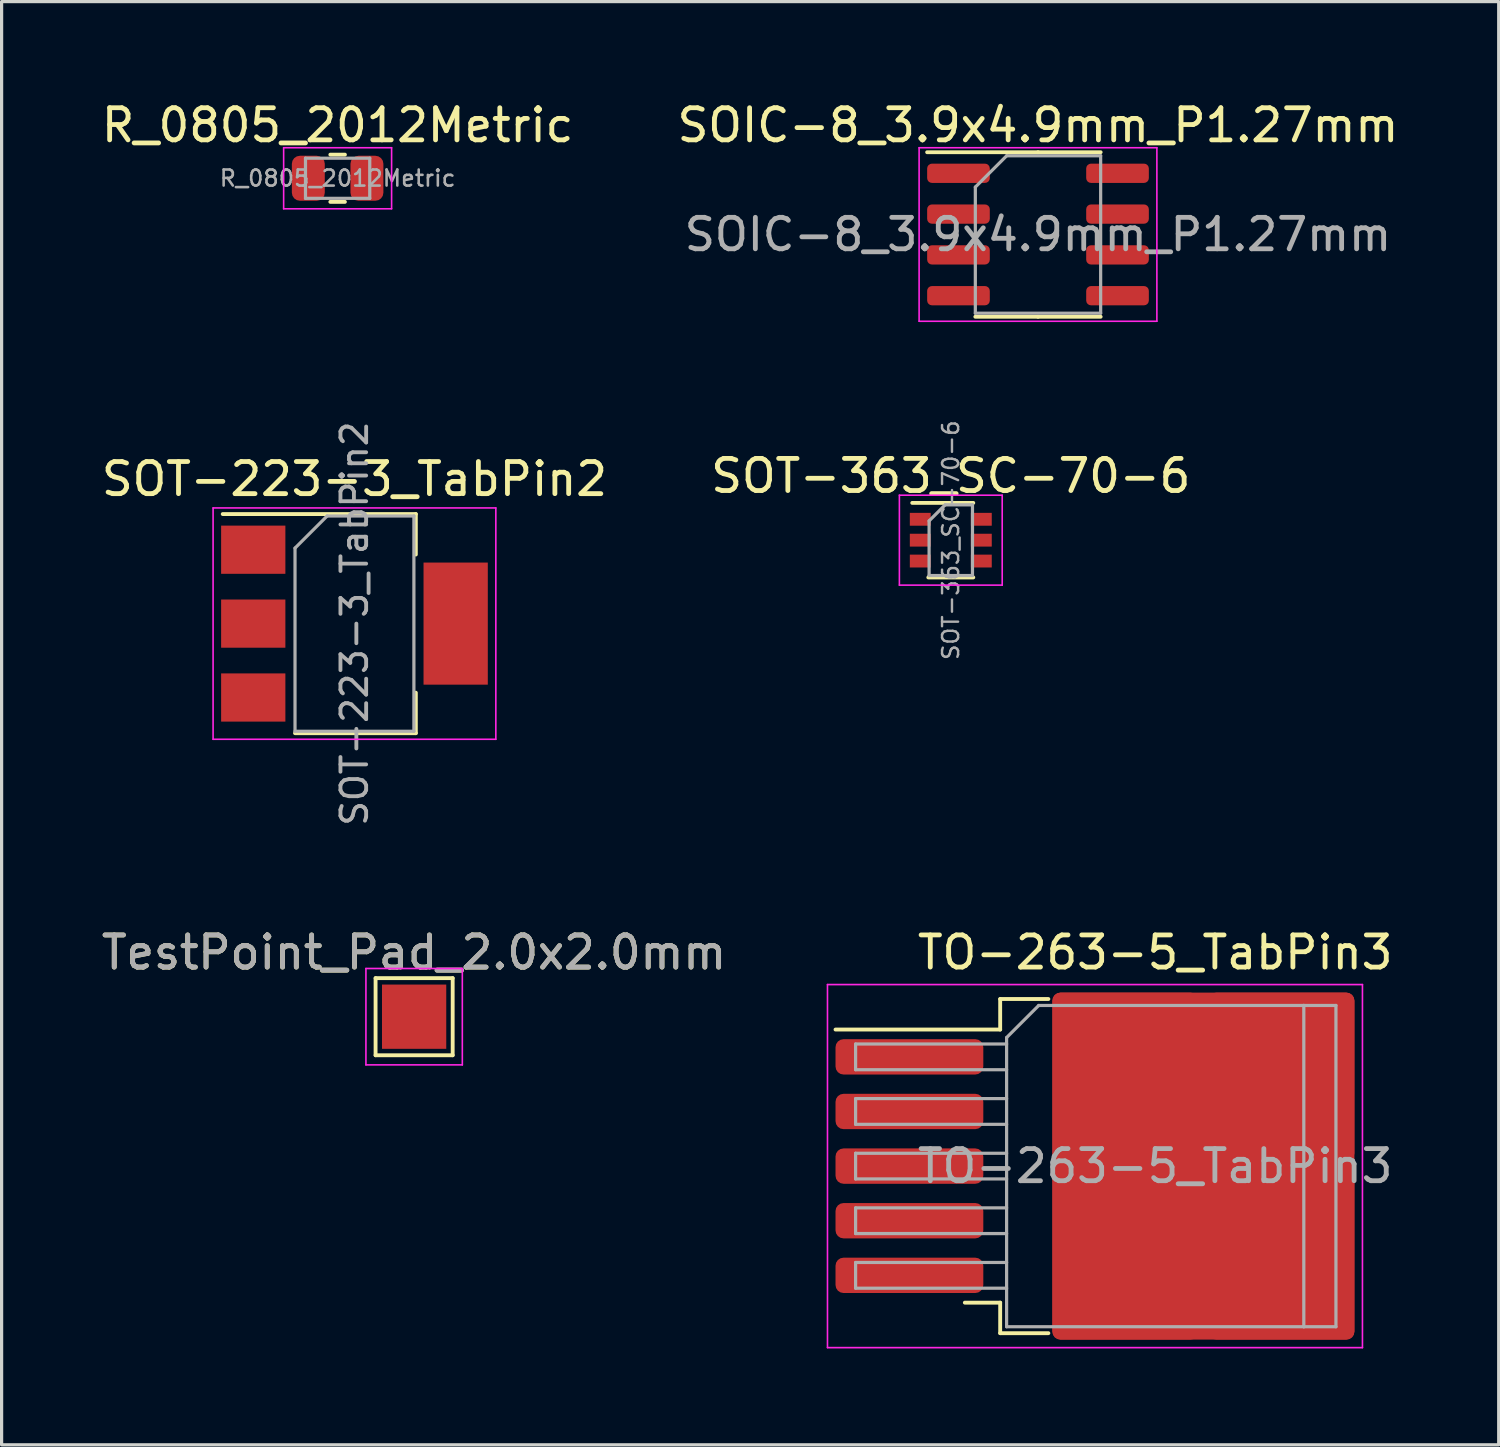
<source format=kicad_pcb>
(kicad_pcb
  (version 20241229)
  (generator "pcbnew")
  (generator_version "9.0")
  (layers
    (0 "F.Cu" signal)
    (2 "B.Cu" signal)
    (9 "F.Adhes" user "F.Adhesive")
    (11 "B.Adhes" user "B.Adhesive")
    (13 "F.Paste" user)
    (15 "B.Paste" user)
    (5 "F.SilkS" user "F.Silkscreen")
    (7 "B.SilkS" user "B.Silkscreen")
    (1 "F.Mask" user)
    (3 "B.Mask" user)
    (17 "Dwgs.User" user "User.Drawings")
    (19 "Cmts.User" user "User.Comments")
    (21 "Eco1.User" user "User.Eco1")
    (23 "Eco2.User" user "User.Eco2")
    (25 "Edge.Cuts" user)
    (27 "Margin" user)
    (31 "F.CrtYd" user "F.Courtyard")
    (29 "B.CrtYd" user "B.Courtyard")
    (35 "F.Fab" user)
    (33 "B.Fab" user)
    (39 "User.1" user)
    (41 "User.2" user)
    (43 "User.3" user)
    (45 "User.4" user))
  (footprint "TO-263-5_TabPin3"
    (layer "F.Cu")
    (at 32.904 33.243)
    (property "Reference" "TO-263-5_TabPin3" (at 0 -6.65 0) (layer "F.SilkS") (effects (font (size 1 1) (thickness 0.15))))
    (attr smd)
    (fp_line (start -4.825 -5.2) (end -4.825 -4.25) (stroke (width 0.12) (type solid)) (layer "F.SilkS"))
    (fp_line (start -4.825 -4.25) (end -9.95 -4.25) (stroke (width 0.12) (type solid)) (layer "F.SilkS"))
    (fp_line (start -4.825 4.25) (end -5.925 4.25) (stroke (width 0.12) (type solid)) (layer "F.SilkS"))
    (fp_line (start -4.825 5.2) (end -4.825 4.25) (stroke (width 0.12) (type solid)) (layer "F.SilkS"))
    (fp_line (start -3.325 -5.2) (end -4.825 -5.2) (stroke (width 0.12) (type solid)) (layer "F.SilkS"))
    (fp_line (start -3.325 5.2) (end -4.825 5.2) (stroke (width 0.12) (type solid)) (layer "F.SilkS"))
    (fp_line (start -10.2 -5.65) (end -10.2 5.65) (stroke (width 0.05) (type solid)) (layer "F.CrtYd"))
    (fp_line (start -10.2 5.65) (end 6.45 5.65) (stroke (width 0.05) (type solid)) (layer "F.CrtYd"))
    (fp_line (start 6.45 -5.65) (end -10.2 -5.65) (stroke (width 0.05) (type solid)) (layer "F.CrtYd"))
    (fp_line (start 6.45 5.65) (end 6.45 -5.65) (stroke (width 0.05) (type solid)) (layer "F.CrtYd"))
    (fp_line (start -9.325 -3.8) (end -9.325 -3) (stroke (width 0.1) (type solid)) (layer "F.Fab"))
    (fp_line (start -9.325 -3) (end -4.625 -3) (stroke (width 0.1) (type solid)) (layer "F.Fab"))
    (fp_line (start -9.325 -2.1) (end -9.325 -1.3) (stroke (width 0.1) (type solid)) (layer "F.Fab"))
    (fp_line (start -9.325 -1.3) (end -4.625 -1.3) (stroke (width 0.1) (type solid)) (layer "F.Fab"))
    (fp_line (start -9.325 -0.4) (end -9.325 0.4) (stroke (width 0.1) (type solid)) (layer "F.Fab"))
    (fp_line (start -9.325 0.4) (end -4.625 0.4) (stroke (width 0.1) (type solid)) (layer "F.Fab"))
    (fp_line (start -9.325 1.3) (end -9.325 2.1) (stroke (width 0.1) (type solid)) (layer "F.Fab"))
    (fp_line (start -9.325 2.1) (end -4.625 2.1) (stroke (width 0.1) (type solid)) (layer "F.Fab"))
    (fp_line (start -9.325 3) (end -9.325 3.8) (stroke (width 0.1) (type solid)) (layer "F.Fab"))
    (fp_line (start -9.325 3.8) (end -4.625 3.8) (stroke (width 0.1) (type solid)) (layer "F.Fab"))
    (fp_line (start -4.625 -4) (end -3.625 -5) (stroke (width 0.1) (type solid)) (layer "F.Fab"))
    (fp_line (start -4.625 -3.8) (end -9.325 -3.8) (stroke (width 0.1) (type solid)) (layer "F.Fab"))
    (fp_line (start -4.625 -2.1) (end -9.325 -2.1) (stroke (width 0.1) (type solid)) (layer "F.Fab"))
    (fp_line (start -4.625 -0.4) (end -9.325 -0.4) (stroke (width 0.1) (type solid)) (layer "F.Fab"))
    (fp_line (start -4.625 1.3) (end -9.325 1.3) (stroke (width 0.1) (type solid)) (layer "F.Fab"))
    (fp_line (start -4.625 3) (end -9.325 3) (stroke (width 0.1) (type solid)) (layer "F.Fab"))
    (fp_line (start -4.625 5) (end -4.625 -4) (stroke (width 0.1) (type solid)) (layer "F.Fab"))
    (fp_line (start -3.625 -5) (end 4.625 -5) (stroke (width 0.1) (type solid)) (layer "F.Fab"))
    (fp_line (start 4.625 -5) (end 4.625 5) (stroke (width 0.1) (type solid)) (layer "F.Fab"))
    (fp_line (start 4.625 -5) (end 5.625 -5) (stroke (width 0.1) (type solid)) (layer "F.Fab"))
    (fp_line (start 4.625 5) (end -4.625 5) (stroke (width 0.1) (type solid)) (layer "F.Fab"))
    (fp_line (start 5.625 -5) (end 5.625 5) (stroke (width 0.1) (type solid)) (layer "F.Fab"))
    (fp_line (start 5.625 5) (end 4.625 5) (stroke (width 0.1) (type solid)) (layer "F.Fab"))
    (fp_text user "${REFERENCE}" (at 0 0 0) (layer "F.Fab") (effects (font (size 1 1) (thickness 0.15))))
    (pad "1" smd roundrect (at -7.65 -3.4) (size 4.6 1.1) (layers "F.Cu" "F.Mask" "F.Paste") (roundrect_rratio 0.227))
    (pad "2" smd roundrect (at -7.65 -1.7) (size 4.6 1.1) (layers "F.Cu" "F.Mask" "F.Paste") (roundrect_rratio 0.227))
    (pad "3" smd roundrect (at -7.65 0) (size 4.6 1.1) (layers "F.Cu" "F.Mask" "F.Paste") (roundrect_rratio 0.227))
    (pad "3" smd roundrect (at -0.925 -2.775) (size 4.55 5.25) (layers "F.Cu" "F.Paste") (roundrect_rratio 0.055))
    (pad "3" smd roundrect (at -0.925 2.775) (size 4.55 5.25) (layers "F.Cu" "F.Paste") (roundrect_rratio 0.055))
    (pad "3" smd roundrect (at 1.5 0) (size 9.4 10.8) (layers "F.Cu" "F.Mask") (roundrect_rratio 0.027))
    (pad "3" smd roundrect (at 3.925 -2.775) (size 4.55 5.25) (layers "F.Cu" "F.Paste") (roundrect_rratio 0.055))
    (pad "3" smd roundrect (at 3.925 2.775) (size 4.55 5.25) (layers "F.Cu" "F.Paste") (roundrect_rratio 0.055))
    (pad "4" smd roundrect (at -7.65 1.7) (size 4.6 1.1) (layers "F.Cu" "F.Mask" "F.Paste") (roundrect_rratio 0.227))
    (pad "5" smd roundrect (at -7.65 3.4) (size 4.6 1.1) (layers "F.Cu" "F.Mask" "F.Paste") (roundrect_rratio 0.227)))
  (footprint "TestPoint_Pad_2.0x2.0mm"
    (layer "F.Cu")
    (at 9.839 28.593)
    (property "Reference" "TestPoint_Pad_2.0x2.0mm" (at 0 -1.998 0) (layer "F.SilkS") (effects (font (size 1 1) (thickness 0.15))))
    (attr exclude_from_pos_files)
    (fp_line (start -1.2 -1.2) (end 1.2 -1.2) (stroke (width 0.12) (type solid)) (layer "F.SilkS"))
    (fp_line (start -1.2 1.2) (end -1.2 -1.2) (stroke (width 0.12) (type solid)) (layer "F.SilkS"))
    (fp_line (start 1.2 -1.2) (end 1.2 1.2) (stroke (width 0.12) (type solid)) (layer "F.SilkS"))
    (fp_line (start 1.2 1.2) (end -1.2 1.2) (stroke (width 0.12) (type solid)) (layer "F.SilkS"))
    (fp_line (start -1.5 -1.5) (end -1.5 1.5) (stroke (width 0.05) (type solid)) (layer "F.CrtYd"))
    (fp_line (start -1.5 -1.5) (end 1.5 -1.5) (stroke (width 0.05) (type solid)) (layer "F.CrtYd"))
    (fp_line (start 1.5 1.5) (end -1.5 1.5) (stroke (width 0.05) (type solid)) (layer "F.CrtYd"))
    (fp_line (start 1.5 1.5) (end 1.5 -1.5) (stroke (width 0.05) (type solid)) (layer "F.CrtYd"))
    (fp_text user "${REFERENCE}" (at 0 -2 0) (layer "F.Fab") (effects (font (size 1 1) (thickness 0.15))))
    (pad "1" smd rect (at 0 0) (size 2 2) (layers "F.Cu" "F.Mask")))
  (footprint "SOT-363_SC-70-6"
    (layer "F.Cu")
    (at 26.542 13.762)
    (property "Reference" "SOT-363_SC-70-6" (at 0 -2 0) (layer "F.SilkS") (effects (font (size 1 1) (thickness 0.15))))
    (attr smd)
    (fp_line (start -0.7 1.16) (end 0.7 1.16) (stroke (width 0.12) (type solid)) (layer "F.SilkS"))
    (fp_line (start 0.7 -1.16) (end -1.2 -1.16) (stroke (width 0.12) (type solid)) (layer "F.SilkS"))
    (fp_line (start -1.6 -1.4) (end -1.6 1.4) (stroke (width 0.05) (type solid)) (layer "F.CrtYd"))
    (fp_line (start -1.6 -1.4) (end 1.6 -1.4) (stroke (width 0.05) (type solid)) (layer "F.CrtYd"))
    (fp_line (start -1.6 1.4) (end 1.6 1.4) (stroke (width 0.05) (type solid)) (layer "F.CrtYd"))
    (fp_line (start 1.6 1.4) (end 1.6 -1.4) (stroke (width 0.05) (type solid)) (layer "F.CrtYd"))
    (fp_line (start -0.675 -0.6) (end -0.675 1.1) (stroke (width 0.1) (type solid)) (layer "F.Fab"))
    (fp_line (start -0.175 -1.1) (end -0.675 -0.6) (stroke (width 0.1) (type solid)) (layer "F.Fab"))
    (fp_line (start 0.675 -1.1) (end -0.175 -1.1) (stroke (width 0.1) (type solid)) (layer "F.Fab"))
    (fp_line (start 0.675 -1.1) (end 0.675 1.1) (stroke (width 0.1) (type solid)) (layer "F.Fab"))
    (fp_line (start 0.675 1.1) (end -0.675 1.1) (stroke (width 0.1) (type solid)) (layer "F.Fab"))
    (fp_text user "${REFERENCE}" (at 0 0 90) (layer "F.Fab") (effects (font (size 0.5 0.5) (thickness 0.075))))
    (pad "1" smd rect (at -0.95 -0.65) (size 0.65 0.4) (layers "F.Cu" "F.Mask" "F.Paste"))
    (pad "2" smd rect (at -0.95 0) (size 0.65 0.4) (layers "F.Cu" "F.Mask" "F.Paste"))
    (pad "3" smd rect (at -0.95 0.65) (size 0.65 0.4) (layers "F.Cu" "F.Mask" "F.Paste"))
    (pad "4" smd rect (at 0.95 0.65) (size 0.65 0.4) (layers "F.Cu" "F.Mask" "F.Paste"))
    (pad "5" smd rect (at 0.95 0) (size 0.65 0.4) (layers "F.Cu" "F.Mask" "F.Paste"))
    (pad "6" smd rect (at 0.95 -0.65) (size 0.65 0.4) (layers "F.Cu" "F.Mask" "F.Paste")))
  (footprint "R_0805_2012Metric"
    (layer "F.Cu")
    (at 7.458 2.498)
    (property "Reference" "R_0805_2012Metric" (at 0 -1.65 0) (layer "F.SilkS") (effects (font (size 1 1) (thickness 0.15))))
    (attr smd)
    (fp_line (start -0.227 -0.735) (end 0.227 -0.735) (stroke (width 0.12) (type solid)) (layer "F.SilkS"))
    (fp_line (start -0.227 0.735) (end 0.227 0.735) (stroke (width 0.12) (type solid)) (layer "F.SilkS"))
    (fp_line (start -1.68 -0.95) (end 1.68 -0.95) (stroke (width 0.05) (type solid)) (layer "F.CrtYd"))
    (fp_line (start -1.68 0.95) (end -1.68 -0.95) (stroke (width 0.05) (type solid)) (layer "F.CrtYd"))
    (fp_line (start 1.68 -0.95) (end 1.68 0.95) (stroke (width 0.05) (type solid)) (layer "F.CrtYd"))
    (fp_line (start 1.68 0.95) (end -1.68 0.95) (stroke (width 0.05) (type solid)) (layer "F.CrtYd"))
    (fp_line (start -1 -0.625) (end 1 -0.625) (stroke (width 0.1) (type solid)) (layer "F.Fab"))
    (fp_line (start -1 0.625) (end -1 -0.625) (stroke (width 0.1) (type solid)) (layer "F.Fab"))
    (fp_line (start 1 -0.625) (end 1 0.625) (stroke (width 0.1) (type solid)) (layer "F.Fab"))
    (fp_line (start 1 0.625) (end -1 0.625) (stroke (width 0.1) (type solid)) (layer "F.Fab"))
    (fp_text user "${REFERENCE}" (at 0 0 0) (layer "F.Fab") (effects (font (size 0.5 0.5) (thickness 0.08))))
    (pad "1" smd roundrect (at -0.912 0) (size 1.025 1.4) (layers "F.Cu" "F.Mask" "F.Paste") (roundrect_rratio 0.244))
    (pad "2" smd roundrect (at 0.912 0) (size 1.025 1.4) (layers "F.Cu" "F.Mask" "F.Paste") (roundrect_rratio 0.244)))
  (footprint "SOIC-8_3.9x4.9mm_P1.27mm"
    (layer "F.Cu")
    (at 29.256 4.248)
    (property "Reference" "SOIC-8_3.9x4.9mm_P1.27mm" (at 0 -3.4 0) (layer "F.SilkS") (effects (font (size 1 1) (thickness 0.15))))
    (attr smd)
    (fp_line (start 0 -2.56) (end -3.45 -2.56) (stroke (width 0.12) (type solid)) (layer "F.SilkS"))
    (fp_line (start 0 -2.56) (end 1.95 -2.56) (stroke (width 0.12) (type solid)) (layer "F.SilkS"))
    (fp_line (start 0 2.56) (end -1.95 2.56) (stroke (width 0.12) (type solid)) (layer "F.SilkS"))
    (fp_line (start 0 2.56) (end 1.95 2.56) (stroke (width 0.12) (type solid)) (layer "F.SilkS"))
    (fp_line (start -3.7 -2.7) (end -3.7 2.7) (stroke (width 0.05) (type solid)) (layer "F.CrtYd"))
    (fp_line (start -3.7 2.7) (end 3.7 2.7) (stroke (width 0.05) (type solid)) (layer "F.CrtYd"))
    (fp_line (start 3.7 -2.7) (end -3.7 -2.7) (stroke (width 0.05) (type solid)) (layer "F.CrtYd"))
    (fp_line (start 3.7 2.7) (end 3.7 -2.7) (stroke (width 0.05) (type solid)) (layer "F.CrtYd"))
    (fp_line (start -1.95 -1.475) (end -0.975 -2.45) (stroke (width 0.1) (type solid)) (layer "F.Fab"))
    (fp_line (start -1.95 2.45) (end -1.95 -1.475) (stroke (width 0.1) (type solid)) (layer "F.Fab"))
    (fp_line (start -0.975 -2.45) (end 1.95 -2.45) (stroke (width 0.1) (type solid)) (layer "F.Fab"))
    (fp_line (start 1.95 -2.45) (end 1.95 2.45) (stroke (width 0.1) (type solid)) (layer "F.Fab"))
    (fp_line (start 1.95 2.45) (end -1.95 2.45) (stroke (width 0.1) (type solid)) (layer "F.Fab"))
    (fp_text user "${REFERENCE}" (at 0 0 0) (layer "F.Fab") (effects (font (size 0.98 0.98) (thickness 0.15))))
    (pad "1" smd roundrect (at -2.475 -1.905) (size 1.95 0.6) (layers "F.Cu" "F.Mask" "F.Paste") (roundrect_rratio 0.25))
    (pad "2" smd roundrect (at -2.475 -0.635) (size 1.95 0.6) (layers "F.Cu" "F.Mask" "F.Paste") (roundrect_rratio 0.25))
    (pad "3" smd roundrect (at -2.475 0.635) (size 1.95 0.6) (layers "F.Cu" "F.Mask" "F.Paste") (roundrect_rratio 0.25))
    (pad "4" smd roundrect (at -2.475 1.905) (size 1.95 0.6) (layers "F.Cu" "F.Mask" "F.Paste") (roundrect_rratio 0.25))
    (pad "5" smd roundrect (at 2.475 1.905) (size 1.95 0.6) (layers "F.Cu" "F.Mask" "F.Paste") (roundrect_rratio 0.25))
    (pad "6" smd roundrect (at 2.475 0.635) (size 1.95 0.6) (layers "F.Cu" "F.Mask" "F.Paste") (roundrect_rratio 0.25))
    (pad "7" smd roundrect (at 2.475 -0.635) (size 1.95 0.6) (layers "F.Cu" "F.Mask" "F.Paste") (roundrect_rratio 0.25))
    (pad "8" smd roundrect (at 2.475 -1.905) (size 1.95 0.6) (layers "F.Cu" "F.Mask" "F.Paste") (roundrect_rratio 0.25)))
  (footprint "SOT-223-3_TabPin2"
    (layer "F.Cu")
    (at 7.982 16.359)
    (property "Reference" "SOT-223-3_TabPin2" (at 0 -4.5 0) (layer "F.SilkS") (effects (font (size 1 1) (thickness 0.15))))
    (attr smd)
    (fp_line (start -4.1 -3.41) (end 1.91 -3.41) (stroke (width 0.12) (type solid)) (layer "F.SilkS"))
    (fp_line (start -1.85 3.41) (end 1.91 3.41) (stroke (width 0.12) (type solid)) (layer "F.SilkS"))
    (fp_line (start 1.91 -3.41) (end 1.91 -2.15) (stroke (width 0.12) (type solid)) (layer "F.SilkS"))
    (fp_line (start 1.91 3.41) (end 1.91 2.15) (stroke (width 0.12) (type solid)) (layer "F.SilkS"))
    (fp_line (start -4.4 -3.6) (end -4.4 3.6) (stroke (width 0.05) (type solid)) (layer "F.CrtYd"))
    (fp_line (start -4.4 3.6) (end 4.4 3.6) (stroke (width 0.05) (type solid)) (layer "F.CrtYd"))
    (fp_line (start 4.4 -3.6) (end -4.4 -3.6) (stroke (width 0.05) (type solid)) (layer "F.CrtYd"))
    (fp_line (start 4.4 3.6) (end 4.4 -3.6) (stroke (width 0.05) (type solid)) (layer "F.CrtYd"))
    (fp_line (start -1.85 -2.35) (end -1.85 3.35) (stroke (width 0.1) (type solid)) (layer "F.Fab"))
    (fp_line (start -1.85 -2.35) (end -0.85 -3.35) (stroke (width 0.1) (type solid)) (layer "F.Fab"))
    (fp_line (start -1.85 3.35) (end 1.85 3.35) (stroke (width 0.1) (type solid)) (layer "F.Fab"))
    (fp_line (start -0.85 -3.35) (end 1.85 -3.35) (stroke (width 0.1) (type solid)) (layer "F.Fab"))
    (fp_line (start 1.85 -3.35) (end 1.85 3.35) (stroke (width 0.1) (type solid)) (layer "F.Fab"))
    (fp_text user "${REFERENCE}" (at 0 0 90) (layer "F.Fab") (effects (font (size 0.8 0.8) (thickness 0.12))))
    (pad "1" smd rect (at -3.15 -2.3) (size 2 1.5) (layers "F.Cu" "F.Mask" "F.Paste"))
    (pad "2" smd rect (at -3.15 0) (size 2 1.5) (layers "F.Cu" "F.Mask" "F.Paste"))
    (pad "2" smd rect (at 3.15 0) (size 2 3.8) (layers "F.Cu" "F.Mask" "F.Paste"))
    (pad "3" smd rect (at -3.15 2.3) (size 2 1.5) (layers "F.Cu" "F.Mask" "F.Paste")))
  (gr_rect
    (start -3 -3)
    (end 43.595 41.918)
    (stroke (width 0.1) (type default))
    (fill no)
    (layer "Edge.Cuts")))
</source>
